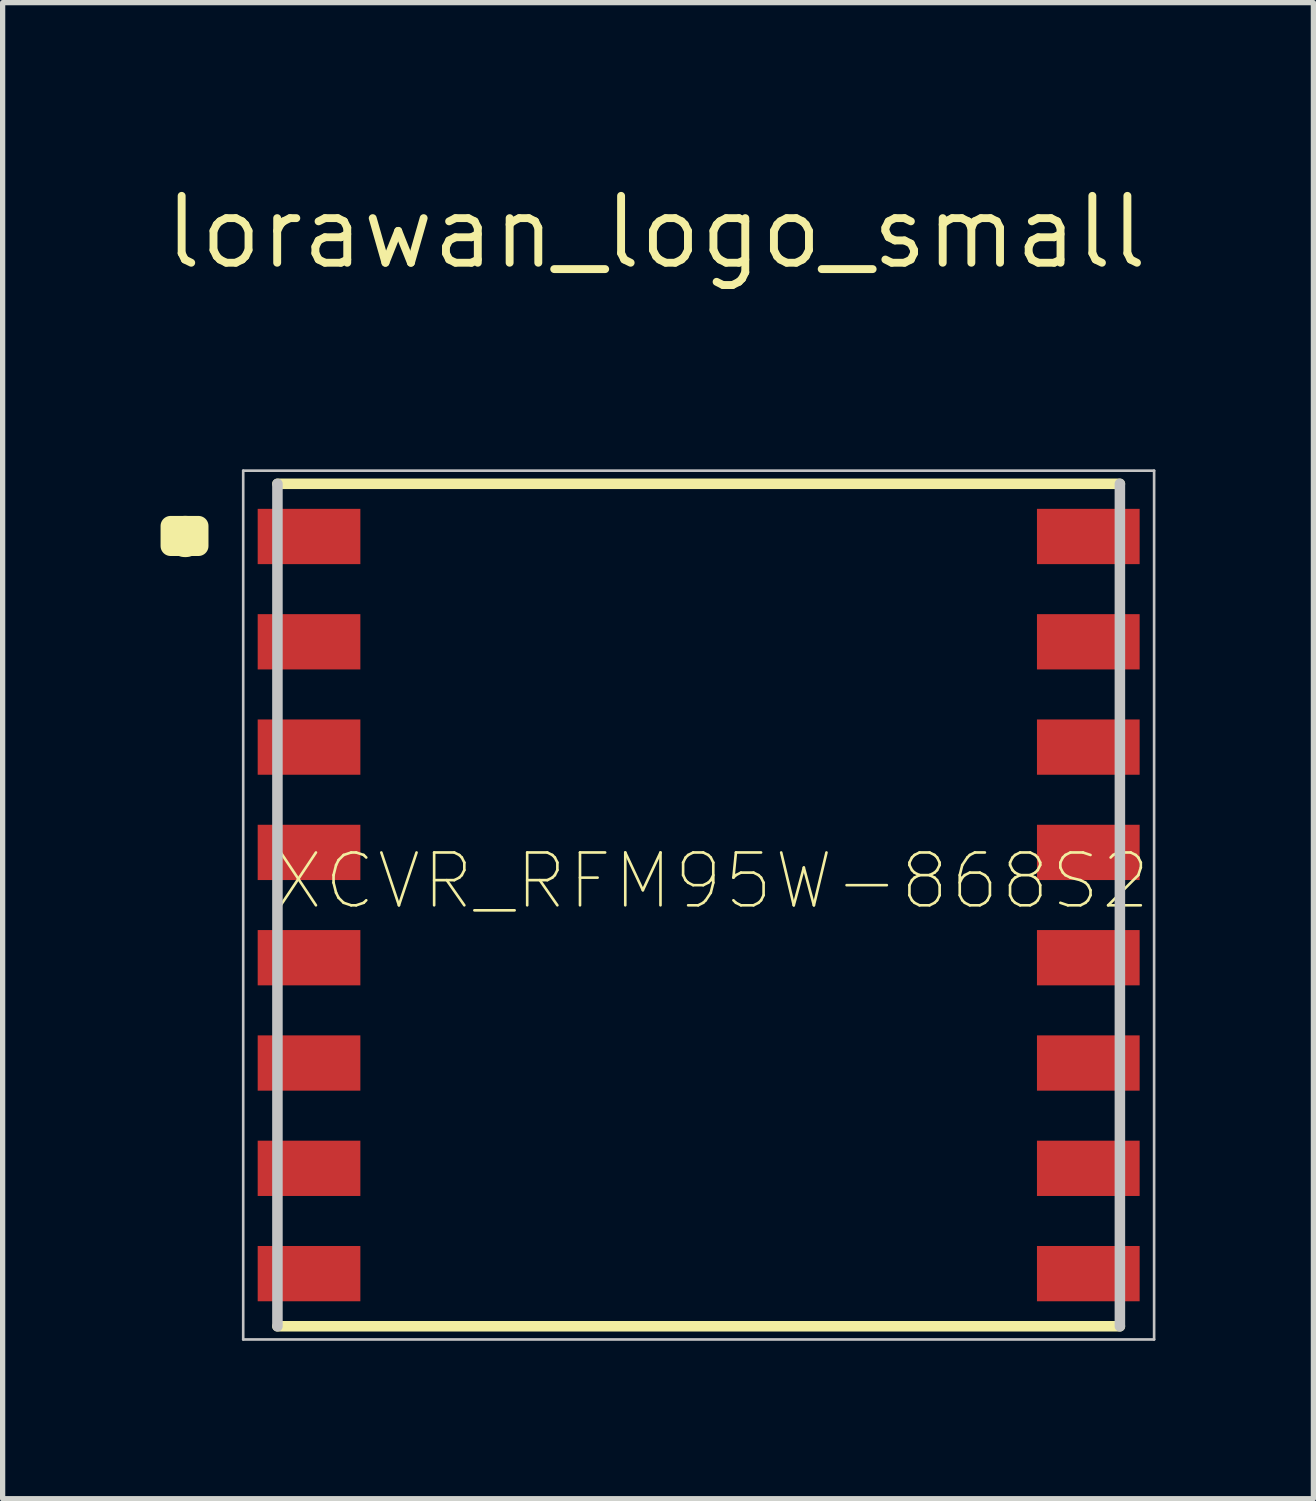
<source format=kicad_pcb>
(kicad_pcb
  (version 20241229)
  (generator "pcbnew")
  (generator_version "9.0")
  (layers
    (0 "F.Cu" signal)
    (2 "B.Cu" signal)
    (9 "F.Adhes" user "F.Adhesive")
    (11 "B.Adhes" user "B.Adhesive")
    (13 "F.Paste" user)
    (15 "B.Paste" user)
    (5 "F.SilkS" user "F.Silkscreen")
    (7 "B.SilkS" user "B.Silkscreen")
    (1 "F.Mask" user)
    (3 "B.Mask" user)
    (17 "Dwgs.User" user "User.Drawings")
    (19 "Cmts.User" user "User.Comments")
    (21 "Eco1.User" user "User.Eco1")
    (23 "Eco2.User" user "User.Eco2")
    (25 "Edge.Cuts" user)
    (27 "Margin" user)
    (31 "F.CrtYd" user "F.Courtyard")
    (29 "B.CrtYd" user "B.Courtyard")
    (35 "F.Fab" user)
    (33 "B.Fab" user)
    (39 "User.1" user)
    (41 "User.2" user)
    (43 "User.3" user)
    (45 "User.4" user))
  (footprint "XCVR_RFM95W-868S2"
    (layer "F.Cu")
    (at 10.219 14.139)
    (property "Reference" "XCVR_RFM95W-868S2" (at 0.254 -0.457 0) (layer "F.SilkS") (effects (font (size 1.003 1.003) (thickness 0.05))))
    (attr smd)
    (fp_line (start -8 -8) (end 8 -8) (stroke (width 0.2) (type solid)) (layer "F.SilkS"))
    (fp_line (start 8 8) (end -8 8) (stroke (width 0.2) (type solid)) (layer "F.SilkS"))
    (fp_circle (center -9.75 -7) (end -9.458 -7) (stroke (width 0.2) (type solid)) (fill no) (layer "F.SilkS"))
    (fp_poly (pts (xy -10.029 -7.2) (xy -9.5 -7.2) (xy -9.5 -6.82) (xy -10.029 -6.82)) (stroke (width 0.381) (type solid)) (fill yes) (layer "F.SilkS"))
    (fp_line (start -8.65 -8.25) (end 8.65 -8.25) (stroke (width 0.05) (type solid)) (layer "Dwgs.User"))
    (fp_line (start -8.65 8.25) (end -8.65 -8.25) (stroke (width 0.05) (type solid)) (layer "Dwgs.User"))
    (fp_line (start -8 8) (end -8 -8) (stroke (width 0.2) (type solid)) (layer "Dwgs.User"))
    (fp_line (start 8 -8) (end 8 8) (stroke (width 0.2) (type solid)) (layer "Dwgs.User"))
    (fp_line (start 8.65 -8.25) (end 8.65 8.25) (stroke (width 0.05) (type solid)) (layer "Dwgs.User"))
    (fp_line (start 8.65 8.25) (end -8.65 8.25) (stroke (width 0.05) (type solid)) (layer "Dwgs.User"))
    (pad "1" smd rect (at -7.4 -7) (size 1.95 1.05) (layers "F.Cu" "F.Mask" "F.Paste"))
    (pad "2" smd rect (at -7.4 -5) (size 1.95 1.05) (layers "F.Cu" "F.Mask" "F.Paste"))
    (pad "3" smd rect (at -7.4 -3) (size 1.95 1.05) (layers "F.Cu" "F.Mask" "F.Paste"))
    (pad "4" smd rect (at -7.4 -1) (size 1.95 1.05) (layers "F.Cu" "F.Mask" "F.Paste"))
    (pad "5" smd rect (at -7.4 1) (size 1.95 1.05) (layers "F.Cu" "F.Mask" "F.Paste"))
    (pad "6" smd rect (at -7.4 3) (size 1.95 1.05) (layers "F.Cu" "F.Mask" "F.Paste"))
    (pad "7" smd rect (at -7.4 5) (size 1.95 1.05) (layers "F.Cu" "F.Mask" "F.Paste"))
    (pad "8" smd rect (at -7.4 7) (size 1.95 1.05) (layers "F.Cu" "F.Mask" "F.Paste"))
    (pad "9" smd rect (at 7.4 7 180) (size 1.95 1.05) (layers "F.Cu" "F.Mask" "F.Paste"))
    (pad "10" smd rect (at 7.4 5 180) (size 1.95 1.05) (layers "F.Cu" "F.Mask" "F.Paste"))
    (pad "11" smd rect (at 7.4 3 180) (size 1.95 1.05) (layers "F.Cu" "F.Mask" "F.Paste"))
    (pad "12" smd rect (at 7.4 1 180) (size 1.95 1.05) (layers "F.Cu" "F.Mask" "F.Paste"))
    (pad "13" smd rect (at 7.4 -1 180) (size 1.95 1.05) (layers "F.Cu" "F.Mask" "F.Paste"))
    (pad "14" smd rect (at 7.4 -3 180) (size 1.95 1.05) (layers "F.Cu" "F.Mask" "F.Paste"))
    (pad "15" smd rect (at 7.4 -5 180) (size 1.95 1.05) (layers "F.Cu" "F.Mask" "F.Paste"))
    (pad "16" smd rect (at 7.4 -7 180) (size 1.95 1.05) (layers "F.Cu" "F.Mask" "F.Paste")))
  (footprint "lorawan_logo_small"
    (layer "F.Cu")
    (at 9.411 1.36)
    (property "Reference" "lorawan_logo_small" (at 0 0 0) (layer "F.SilkS") (effects (font (size 1.27 1.27) (thickness 0.15))))
    (attr through_hole)
    (fp_poly (pts (xy 4.522 -0.752) (xy 4.516 -0.726) (xy 4.494 -0.723) (xy 4.459 -0.739) (xy 4.465 -0.752) (xy 4.516 -0.757) (xy 4.522 -0.752)) (stroke (width 0.01) (type solid)) (fill yes) (layer "F.Mask"))
    (fp_poly (pts (xy 4.734 -0.718) (xy 4.748 -0.675) (xy 4.715 -0.616) (xy 4.663 -0.608) (xy 4.594 -0.641) (xy 4.578 -0.681) (xy 4.614 -0.736) (xy 4.663 -0.748) (xy 4.734 -0.718)) (stroke (width 0.01) (type solid)) (fill yes) (layer "F.Mask"))
    (fp_poly (pts (xy -3.846 0.293) (xy -3.592 0.293) (xy -3.451 0.294) (xy -3.376 0.306) (xy -3.344 0.338) (xy -3.338 0.399) (xy -3.338 0.42) (xy -3.338 0.547) (xy -4.185 0.547) (xy -4.185 -0.766) (xy -3.846 -0.766) (xy -3.846 0.293)) (stroke (width 0.01) (type solid)) (fill yes) (layer "F.Mask"))
    (fp_poly (pts (xy -2.534 -0.722) (xy -2.4 -0.689) (xy -2.31 -0.635) (xy -2.288 -0.6) (xy -2.291 -0.564) (xy -2.35 -0.567) (xy -2.391 -0.579) (xy -2.531 -0.603) (xy -2.71 -0.612) (xy -2.886 -0.604) (xy -3.022 -0.581) (xy -3.031 -0.577) (xy -3.108 -0.566) (xy -3.126 -0.59) (xy -3.089 -0.655) (xy -2.989 -0.701) (xy -2.85 -0.728) (xy -2.691 -0.735) (xy -2.534 -0.722)) (stroke (width 0.01) (type solid)) (fill yes) (layer "F.Mask"))
    (fp_poly (pts (xy -3.043 0.698) (xy -3.031 0.703) (xy -2.935 0.721) (xy -2.789 0.733) (xy -2.626 0.736) (xy -2.478 0.732) (xy -2.377 0.718) (xy -2.37 0.715) (xy -2.308 0.724) (xy -2.294 0.743) (xy -2.312 0.795) (xy -2.394 0.836) (xy -2.521 0.863) (xy -2.672 0.876) (xy -2.828 0.87) (xy -2.969 0.844) (xy -3.01 0.83) (xy -3.093 0.781) (xy -3.128 0.728) (xy -3.113 0.694) (xy -3.043 0.698)) (stroke (width 0.01) (type solid)) (fill yes) (layer "F.Mask"))
    (fp_poly (pts (xy -3.21 0.91) (xy -3.125 0.95) (xy -2.898 1.026) (xy -2.643 1.044) (xy -2.397 1.002) (xy -2.382 0.997) (xy -2.238 0.95) (xy -2.156 0.932) (xy -2.119 0.943) (xy -2.11 0.982) (xy -2.11 0.987) (xy -2.149 1.053) (xy -2.254 1.107) (xy -2.406 1.147) (xy -2.587 1.17) (xy -2.779 1.173) (xy -2.963 1.155) (xy -3.098 1.12) (xy -3.222 1.072) (xy -3.282 1.033) (xy -3.292 0.989) (xy -3.28 0.949) (xy -3.255 0.908) (xy -3.21 0.91)) (stroke (width 0.01) (type solid)) (fill yes) (layer "F.Mask"))
    (fp_poly (pts (xy 4.324 0.547) (xy 4.14 0.547) (xy 4.052 0.544) (xy 3.987 0.528) (xy 3.928 0.484) (xy 3.86 0.4) (xy 3.766 0.262) (xy 3.738 0.219) (xy 3.521 -0.11) (xy 3.52 0.219) (xy 3.52 0.547) (xy 3.181 0.547) (xy 3.181 -0.766) (xy 3.361 -0.765) (xy 3.445 -0.762) (xy 3.508 -0.746) (xy 3.564 -0.702) (xy 3.63 -0.619) (xy 3.719 -0.483) (xy 3.762 -0.415) (xy 3.983 -0.067) (xy 3.986 -0.766) (xy 4.324 -0.766) (xy 4.324 0.547)) (stroke (width 0.01) (type solid)) (fill yes) (layer "F.Mask"))
    (fp_poly (pts (xy -2.601 -1.05) (xy -2.455 -1.018) (xy -2.309 -0.976) (xy -2.192 -0.93) (xy -2.13 -0.889) (xy -2.129 -0.888) (xy -2.117 -0.824) (xy -2.166 -0.792) (xy -2.255 -0.801) (xy -2.315 -0.826) (xy -2.46 -0.87) (xy -2.652 -0.89) (xy -2.856 -0.885) (xy -3.039 -0.854) (xy -3.106 -0.832) (xy -3.219 -0.797) (xy -3.276 -0.811) (xy -3.28 -0.817) (xy -3.274 -0.875) (xy -3.202 -0.936) (xy -3.083 -0.992) (xy -2.935 -1.036) (xy -2.776 -1.06) (xy -2.721 -1.062) (xy -2.601 -1.05)) (stroke (width 0.01) (type solid)) (fill yes) (layer "F.Mask"))
    (fp_poly (pts (xy -2.378 -1.321) (xy -2.127 -1.241) (xy -2.099 -1.227) (xy -1.984 -1.163) (xy -1.934 -1.118) (xy -1.937 -1.077) (xy -1.951 -1.057) (xy -1.989 -1.024) (xy -2.042 -1.019) (xy -2.132 -1.047) (xy -2.237 -1.089) (xy -2.541 -1.173) (xy -2.857 -1.175) (xy -3.176 -1.102) (xy -3.326 -1.056) (xy -3.415 -1.042) (xy -3.461 -1.058) (xy -3.469 -1.068) (xy -3.488 -1.118) (xy -3.467 -1.161) (xy -3.392 -1.206) (xy -3.251 -1.264) (xy -3.221 -1.275) (xy -2.957 -1.34) (xy -2.666 -1.355) (xy -2.378 -1.321)) (stroke (width 0.01) (type solid)) (fill yes) (layer "F.Mask"))
    (fp_poly (pts (xy -1.95 1.186) (xy -1.925 1.246) (xy -1.944 1.291) (xy -2.041 1.358) (xy -2.199 1.417) (xy -2.396 1.462) (xy -2.608 1.491) (xy -2.813 1.499) (xy -2.987 1.482) (xy -3.011 1.477) (xy -3.154 1.43) (xy -3.309 1.365) (xy -3.344 1.348) (xy -3.447 1.291) (xy -3.485 1.251) (xy -3.469 1.211) (xy -3.455 1.195) (xy -3.402 1.157) (xy -3.341 1.162) (xy -3.258 1.201) (xy -2.979 1.299) (xy -2.675 1.327) (xy -2.398 1.289) (xy -2.253 1.246) (xy -2.136 1.204) (xy -2.082 1.175) (xy -2.011 1.155) (xy -1.95 1.186)) (stroke (width 0.01) (type solid)) (fill yes) (layer "F.Mask"))
    (fp_poly (pts (xy 0.726 -0.072) (xy 0.966 -0.419) (xy 1.079 -0.579) (xy 1.16 -0.68) (xy 1.223 -0.737) (xy 1.283 -0.761) (xy 1.345 -0.766) (xy 1.485 -0.766) (xy 1.497 -0.428) (xy 1.509 -0.091) (xy 1.742 -0.428) (xy 1.975 -0.765) (xy 2.379 -0.766) (xy 1.938 -0.12) (xy 1.782 0.107) (xy 1.666 0.273) (xy 1.579 0.389) (xy 1.512 0.464) (xy 1.458 0.507) (xy 1.407 0.528) (xy 1.35 0.536) (xy 1.325 0.538) (xy 1.153 0.551) (xy 1.141 0.248) (xy 1.128 -0.056) (xy 0.923 0.245) (xy 0.821 0.391) (xy 0.748 0.481) (xy 0.687 0.527) (xy 0.62 0.544) (xy 0.552 0.547) (xy 0.387 0.547) (xy 0.387 -0.766) (xy 0.726 -0.766) (xy 0.726 -0.072)) (stroke (width 0.01) (type solid)) (fill yes) (layer "F.Mask"))
    (fp_poly (pts (xy -2.444 -0.39) (xy -2.312 -0.297) (xy -2.242 -0.213) (xy -2.206 -0.121) (xy -2.195 0.011) (xy -2.195 0.056) (xy -2.203 0.208) (xy -2.233 0.313) (xy -2.299 0.407) (xy -2.314 0.424) (xy -2.412 0.513) (xy -2.524 0.559) (xy -2.642 0.575) (xy -2.805 0.574) (xy -2.933 0.547) (xy -2.953 0.538) (xy -3.095 0.418) (xy -3.187 0.25) (xy -3.223 0.066) (xy -2.915 0.066) (xy -2.887 0.225) (xy -2.814 0.322) (xy -2.706 0.351) (xy -2.577 0.304) (xy -2.544 0.281) (xy -2.506 0.208) (xy -2.493 0.089) (xy -2.504 -0.041) (xy -2.535 -0.133) (xy -2.61 -0.195) (xy -2.721 -0.215) (xy -2.828 -0.19) (xy -2.864 -0.165) (xy -2.896 -0.093) (xy -2.913 0.025) (xy -2.915 0.066) (xy -3.223 0.066) (xy -3.224 0.061) (xy -3.2 -0.127) (xy -3.134 -0.256) (xy -2.998 -0.375) (xy -2.821 -0.438) (xy -2.628 -0.443) (xy -2.444 -0.39)) (stroke (width 0.01) (type solid)) (fill yes) (layer "F.Mask"))
    (fp_poly (pts (xy 2.97 0.547) (xy 2.8 0.547) (xy 2.69 0.54) (xy 2.641 0.511) (xy 2.631 0.462) (xy 2.62 0.411) (xy 2.572 0.386) (xy 2.468 0.378) (xy 2.42 0.377) (xy 2.279 0.386) (xy 2.197 0.417) (xy 2.156 0.462) (xy 2.09 0.521) (xy 1.978 0.545) (xy 1.922 0.547) (xy 1.813 0.54) (xy 1.75 0.523) (xy 1.744 0.515) (xy 1.769 0.472) (xy 1.834 0.371) (xy 1.933 0.226) (xy 2.034 0.081) (xy 2.414 0.081) (xy 2.522 0.081) (xy 2.594 0.071) (xy 2.625 0.025) (xy 2.631 -0.074) (xy 2.628 -0.17) (xy 2.62 -0.212) (xy 2.617 -0.212) (xy 2.587 -0.169) (xy 2.527 -0.084) (xy 2.509 -0.057) (xy 2.414 0.081) (xy 2.034 0.081) (xy 2.058 0.046) (xy 2.183 -0.131) (xy 2.339 -0.35) (xy 2.456 -0.51) (xy 2.542 -0.62) (xy 2.608 -0.69) (xy 2.663 -0.73) (xy 2.717 -0.749) (xy 2.778 -0.756) (xy 2.794 -0.758) (xy 2.97 -0.771) (xy 2.97 0.547)) (stroke (width 0.01) (type solid)) (fill yes) (layer "F.Mask"))
    (fp_poly (pts (xy -1.571 -0.766) (xy -1.361 -0.762) (xy -1.215 -0.75) (xy -1.11 -0.725) (xy -1.026 -0.685) (xy -1.023 -0.683) (xy -0.908 -0.569) (xy -0.853 -0.418) (xy -0.857 -0.256) (xy -0.922 -0.106) (xy -1.015 -0.012) (xy -1.058 0.023) (xy -1.071 0.063) (xy -1.049 0.128) (xy -0.989 0.24) (xy -0.969 0.275) (xy -0.902 0.398) (xy -0.855 0.489) (xy -0.84 0.525) (xy -0.878 0.538) (xy -0.973 0.546) (xy -1.022 0.547) (xy -1.123 0.543) (xy -1.19 0.519) (xy -1.246 0.458) (xy -1.313 0.343) (xy -1.329 0.314) (xy -1.412 0.175) (xy -1.482 0.102) (xy -1.549 0.081) (xy -1.604 0.089) (xy -1.633 0.125) (xy -1.643 0.212) (xy -1.645 0.314) (xy -1.645 0.547) (xy -1.983 0.547) (xy -1.983 -0.168) (xy -1.645 -0.168) (xy -1.448 -0.181) (xy -1.286 -0.21) (xy -1.205 -0.268) (xy -1.179 -0.366) (xy -1.23 -0.442) (xy -1.351 -0.491) (xy -1.448 -0.503) (xy -1.645 -0.516) (xy -1.645 -0.168) (xy -1.983 -0.168) (xy -1.983 -0.766) (xy -1.571 -0.766)) (stroke (width 0.01) (type solid)) (fill yes) (layer "F.Mask"))
    (fp_poly (pts (xy -0.124 -0.449) (xy -0.003 -0.419) (xy 0.08 -0.37) (xy 0.132 -0.286) (xy 0.163 -0.151) (xy 0.179 0.047) (xy 0.182 0.135) (xy 0.197 0.55) (xy 0.006 0.547) (xy -0.159 0.552) (xy -0.325 0.566) (xy -0.353 0.57) (xy -0.482 0.577) (xy -0.572 0.543) (xy -0.618 0.506) (xy -0.699 0.376) (xy -0.705 0.253) (xy -0.411 0.253) (xy -0.401 0.316) (xy -0.35 0.371) (xy -0.259 0.36) (xy -0.203 0.334) (xy -0.137 0.258) (xy -0.121 0.188) (xy -0.128 0.12) (xy -0.166 0.106) (xy -0.248 0.13) (xy -0.367 0.186) (xy -0.411 0.253) (xy -0.705 0.253) (xy -0.707 0.218) (xy -0.687 0.146) (xy -0.616 0.065) (xy -0.48 -0.008) (xy -0.298 -0.06) (xy -0.279 -0.063) (xy -0.168 -0.096) (xy -0.124 -0.147) (xy -0.121 -0.175) (xy -0.154 -0.235) (xy -0.229 -0.26) (xy -0.31 -0.245) (xy -0.359 -0.194) (xy -0.409 -0.155) (xy -0.497 -0.133) (xy -0.591 -0.132) (xy -0.658 -0.153) (xy -0.671 -0.176) (xy -0.632 -0.292) (xy -0.529 -0.384) (xy -0.379 -0.442) (xy -0.202 -0.457) (xy -0.124 -0.449)) (stroke (width 0.01) (type solid)) (fill yes) (layer "F.Mask")))
  (gr_rect
    (start -3 -3)
    (end 21.894 25.414)
    (stroke (width 0.1) (type default))
    (fill no)
    (layer "Edge.Cuts")))
</source>
